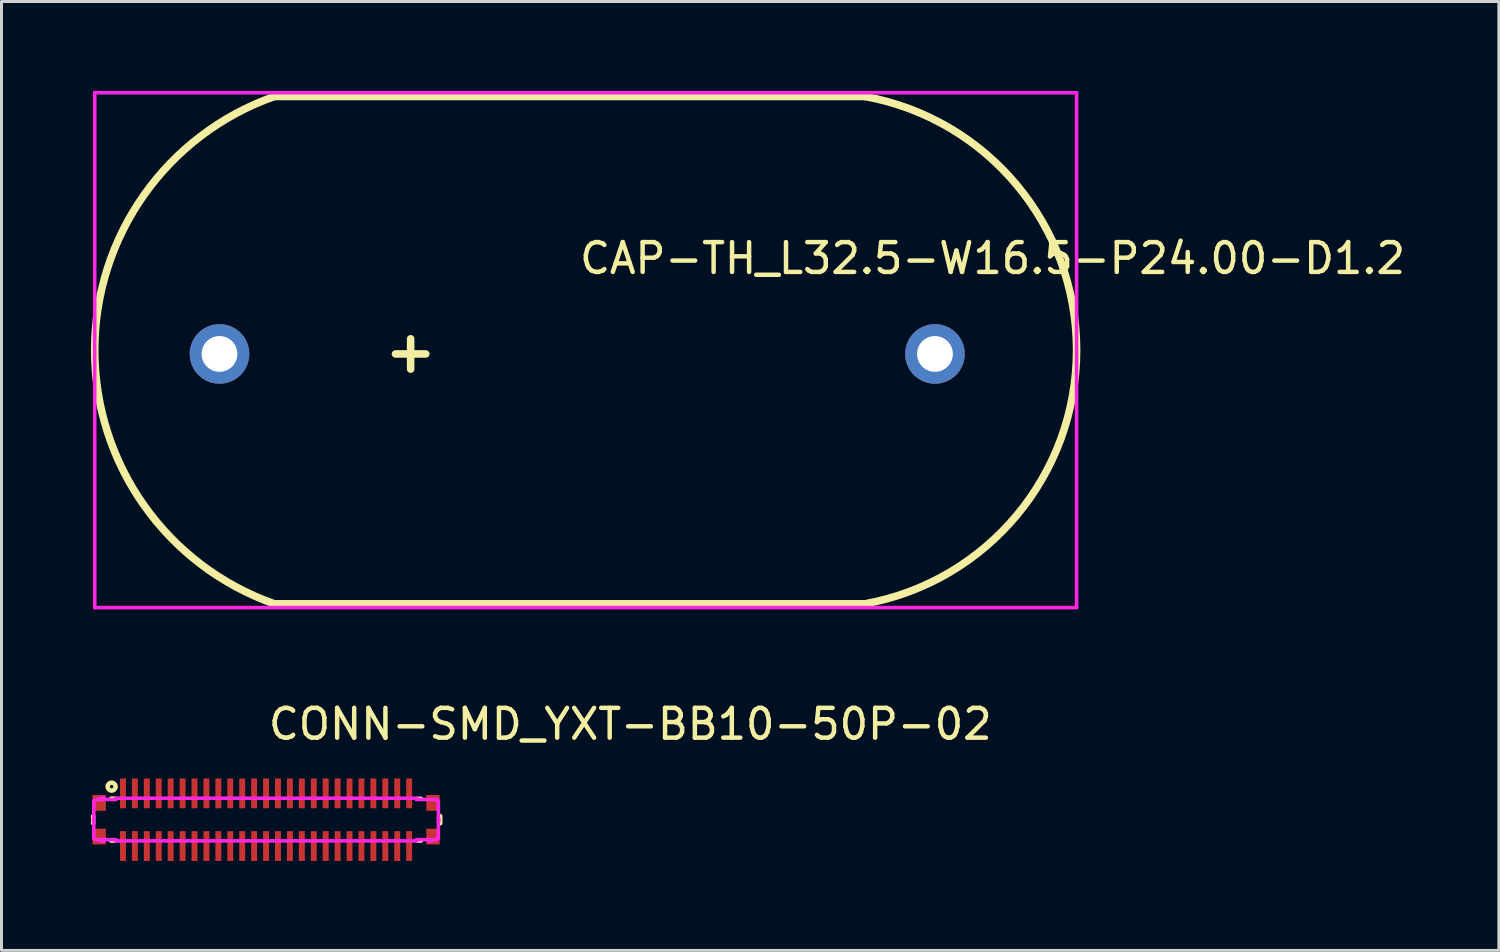
<source format=kicad_pcb>
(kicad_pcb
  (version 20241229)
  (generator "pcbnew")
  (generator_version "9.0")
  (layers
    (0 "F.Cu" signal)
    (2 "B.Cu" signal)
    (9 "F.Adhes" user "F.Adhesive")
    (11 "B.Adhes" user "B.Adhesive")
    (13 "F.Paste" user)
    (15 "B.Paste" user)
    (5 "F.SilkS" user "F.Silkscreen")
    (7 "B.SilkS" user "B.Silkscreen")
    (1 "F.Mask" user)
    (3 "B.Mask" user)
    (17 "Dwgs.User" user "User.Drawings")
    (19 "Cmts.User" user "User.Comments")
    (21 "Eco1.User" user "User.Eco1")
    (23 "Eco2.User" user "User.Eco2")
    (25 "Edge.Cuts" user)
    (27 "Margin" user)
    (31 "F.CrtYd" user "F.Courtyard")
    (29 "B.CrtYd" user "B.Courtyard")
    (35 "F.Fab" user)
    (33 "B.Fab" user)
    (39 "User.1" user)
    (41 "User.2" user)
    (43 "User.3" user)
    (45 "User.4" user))
  (footprint "CONN-SMD_YXT-BB10-50P-02"
    (layer "F.Cu")
    (at 5.875 24.447)
    (property "Reference" "CONN-SMD_YXT-BB10-50P-02" (at 0 -3.207 0) (layer "F.SilkS") (effects (font (size 1 1) (thickness 0.15)) (justify left)))
    (attr through_hole)
    (fp_line (start -5.8 -0.12) (end -5.8 0.122) (stroke (width 0.15) (type solid)) (layer "F.SilkS"))
    (fp_line (start -5.196 -0.7) (end -5.079 -0.7) (stroke (width 0.15) (type solid)) (layer "F.SilkS"))
    (fp_line (start -5.196 -0.7) (end -5.079 -0.7) (stroke (width 0.15) (type solid)) (layer "F.SilkS"))
    (fp_line (start -5.196 0.7) (end -5.079 0.7) (stroke (width 0.15) (type solid)) (layer "F.SilkS"))
    (fp_line (start 5.079 -0.7) (end 5.196 -0.7) (stroke (width 0.15) (type solid)) (layer "F.SilkS"))
    (fp_line (start 5.079 0.7) (end 5.196 0.7) (stroke (width 0.15) (type solid)) (layer "F.SilkS"))
    (fp_line (start 5.842 -0.122) (end 5.842 0.122) (stroke (width 0.15) (type solid)) (layer "F.SilkS"))
    (fp_circle (center -5.18 -1.11) (end -5.122 -1.11) (stroke (width 0.15) (type solid)) (fill no) (layer "F.SilkS"))
    (fp_circle (center -5.79 -1.035) (end -5.76 -1.035) (stroke (width 0.06) (type solid)) (fill no) (layer "Eco2.User"))
    (fp_poly (pts (xy -5.545 -0.715) (xy -5.445 -0.715) (xy -5.445 -0.495) (xy -5.545 -0.495)) (stroke (width 0.12) (type solid)) (fill no) (layer "Eco2.User"))
    (fp_poly (pts (xy -5.545 0.495) (xy -5.445 0.495) (xy -5.445 0.715) (xy -5.545 0.715)) (stroke (width 0.12) (type solid)) (fill no) (layer "Eco2.User"))
    (fp_poly (pts (xy -4.875 -1.035) (xy -4.725 -1.035) (xy -4.725 -0.435) (xy -4.875 -0.435)) (stroke (width 0.12) (type solid)) (fill no) (layer "Eco2.User"))
    (fp_poly (pts (xy -4.875 0.435) (xy -4.725 0.435) (xy -4.725 1.035) (xy -4.875 1.035)) (stroke (width 0.12) (type solid)) (fill no) (layer "Eco2.User"))
    (fp_poly (pts (xy -4.475 -1.035) (xy -4.325 -1.035) (xy -4.325 -0.435) (xy -4.475 -0.435)) (stroke (width 0.12) (type solid)) (fill no) (layer "Eco2.User"))
    (fp_poly (pts (xy -4.475 0.435) (xy -4.325 0.435) (xy -4.325 1.035) (xy -4.475 1.035)) (stroke (width 0.12) (type solid)) (fill no) (layer "Eco2.User"))
    (fp_poly (pts (xy -4.075 -1.035) (xy -3.925 -1.035) (xy -3.925 -0.435) (xy -4.075 -0.435)) (stroke (width 0.12) (type solid)) (fill no) (layer "Eco2.User"))
    (fp_poly (pts (xy -4.075 0.435) (xy -3.925 0.435) (xy -3.925 1.035) (xy -4.075 1.035)) (stroke (width 0.12) (type solid)) (fill no) (layer "Eco2.User"))
    (fp_poly (pts (xy -3.675 -1.035) (xy -3.525 -1.035) (xy -3.525 -0.435) (xy -3.675 -0.435)) (stroke (width 0.12) (type solid)) (fill no) (layer "Eco2.User"))
    (fp_poly (pts (xy -3.675 0.435) (xy -3.525 0.435) (xy -3.525 1.035) (xy -3.675 1.035)) (stroke (width 0.12) (type solid)) (fill no) (layer "Eco2.User"))
    (fp_poly (pts (xy -3.275 -1.035) (xy -3.125 -1.035) (xy -3.125 -0.435) (xy -3.275 -0.435)) (stroke (width 0.12) (type solid)) (fill no) (layer "Eco2.User"))
    (fp_poly (pts (xy -3.275 0.435) (xy -3.125 0.435) (xy -3.125 1.035) (xy -3.275 1.035)) (stroke (width 0.12) (type solid)) (fill no) (layer "Eco2.User"))
    (fp_poly (pts (xy -2.875 -1.035) (xy -2.725 -1.035) (xy -2.725 -0.435) (xy -2.875 -0.435)) (stroke (width 0.12) (type solid)) (fill no) (layer "Eco2.User"))
    (fp_poly (pts (xy -2.875 0.435) (xy -2.725 0.435) (xy -2.725 1.035) (xy -2.875 1.035)) (stroke (width 0.12) (type solid)) (fill no) (layer "Eco2.User"))
    (fp_poly (pts (xy -2.475 -1.035) (xy -2.325 -1.035) (xy -2.325 -0.435) (xy -2.475 -0.435)) (stroke (width 0.12) (type solid)) (fill no) (layer "Eco2.User"))
    (fp_poly (pts (xy -2.475 0.435) (xy -2.325 0.435) (xy -2.325 1.035) (xy -2.475 1.035)) (stroke (width 0.12) (type solid)) (fill no) (layer "Eco2.User"))
    (fp_poly (pts (xy -2.075 -1.035) (xy -1.925 -1.035) (xy -1.925 -0.435) (xy -2.075 -0.435)) (stroke (width 0.12) (type solid)) (fill no) (layer "Eco2.User"))
    (fp_poly (pts (xy -2.075 0.435) (xy -1.925 0.435) (xy -1.925 1.035) (xy -2.075 1.035)) (stroke (width 0.12) (type solid)) (fill no) (layer "Eco2.User"))
    (fp_poly (pts (xy -1.675 -1.035) (xy -1.525 -1.035) (xy -1.525 -0.435) (xy -1.675 -0.435)) (stroke (width 0.12) (type solid)) (fill no) (layer "Eco2.User"))
    (fp_poly (pts (xy -1.675 0.435) (xy -1.525 0.435) (xy -1.525 1.035) (xy -1.675 1.035)) (stroke (width 0.12) (type solid)) (fill no) (layer "Eco2.User"))
    (fp_poly (pts (xy -1.275 -1.035) (xy -1.125 -1.035) (xy -1.125 -0.435) (xy -1.275 -0.435)) (stroke (width 0.12) (type solid)) (fill no) (layer "Eco2.User"))
    (fp_poly (pts (xy -1.275 0.435) (xy -1.125 0.435) (xy -1.125 1.035) (xy -1.275 1.035)) (stroke (width 0.12) (type solid)) (fill no) (layer "Eco2.User"))
    (fp_poly (pts (xy -0.875 -1.035) (xy -0.725 -1.035) (xy -0.725 -0.435) (xy -0.875 -0.435)) (stroke (width 0.12) (type solid)) (fill no) (layer "Eco2.User"))
    (fp_poly (pts (xy -0.875 0.435) (xy -0.725 0.435) (xy -0.725 1.035) (xy -0.875 1.035)) (stroke (width 0.12) (type solid)) (fill no) (layer "Eco2.User"))
    (fp_poly (pts (xy -0.475 -1.035) (xy -0.325 -1.035) (xy -0.325 -0.435) (xy -0.475 -0.435)) (stroke (width 0.12) (type solid)) (fill no) (layer "Eco2.User"))
    (fp_poly (pts (xy -0.475 0.435) (xy -0.325 0.435) (xy -0.325 1.035) (xy -0.475 1.035)) (stroke (width 0.12) (type solid)) (fill no) (layer "Eco2.User"))
    (fp_poly (pts (xy -0.075 0.435) (xy 0.075 0.435) (xy 0.075 1.035) (xy -0.075 1.035)) (stroke (width 0.12) (type solid)) (fill no) (layer "Eco2.User"))
    (fp_poly (pts (xy 0.075 -0.435) (xy -0.075 -0.435) (xy -0.075 -1.035) (xy 0.075 -1.035)) (stroke (width 0.12) (type solid)) (fill no) (layer "Eco2.User"))
    (fp_poly (pts (xy 0.325 0.435) (xy 0.475 0.435) (xy 0.475 1.035) (xy 0.325 1.035)) (stroke (width 0.12) (type solid)) (fill no) (layer "Eco2.User"))
    (fp_poly (pts (xy 0.475 -0.435) (xy 0.325 -0.435) (xy 0.325 -1.035) (xy 0.475 -1.035)) (stroke (width 0.12) (type solid)) (fill no) (layer "Eco2.User"))
    (fp_poly (pts (xy 0.725 0.435) (xy 0.875 0.435) (xy 0.875 1.035) (xy 0.725 1.035)) (stroke (width 0.12) (type solid)) (fill no) (layer "Eco2.User"))
    (fp_poly (pts (xy 0.875 -0.435) (xy 0.725 -0.435) (xy 0.725 -1.035) (xy 0.875 -1.035)) (stroke (width 0.12) (type solid)) (fill no) (layer "Eco2.User"))
    (fp_poly (pts (xy 1.125 0.435) (xy 1.275 0.435) (xy 1.275 1.035) (xy 1.125 1.035)) (stroke (width 0.12) (type solid)) (fill no) (layer "Eco2.User"))
    (fp_poly (pts (xy 1.275 -0.435) (xy 1.125 -0.435) (xy 1.125 -1.035) (xy 1.275 -1.035)) (stroke (width 0.12) (type solid)) (fill no) (layer "Eco2.User"))
    (fp_poly (pts (xy 1.525 0.435) (xy 1.675 0.435) (xy 1.675 1.035) (xy 1.525 1.035)) (stroke (width 0.12) (type solid)) (fill no) (layer "Eco2.User"))
    (fp_poly (pts (xy 1.675 -0.435) (xy 1.525 -0.435) (xy 1.525 -1.035) (xy 1.675 -1.035)) (stroke (width 0.12) (type solid)) (fill no) (layer "Eco2.User"))
    (fp_poly (pts (xy 1.925 0.435) (xy 2.075 0.435) (xy 2.075 1.035) (xy 1.925 1.035)) (stroke (width 0.12) (type solid)) (fill no) (layer "Eco2.User"))
    (fp_poly (pts (xy 2.075 -0.435) (xy 1.925 -0.435) (xy 1.925 -1.035) (xy 2.075 -1.035)) (stroke (width 0.12) (type solid)) (fill no) (layer "Eco2.User"))
    (fp_poly (pts (xy 2.325 0.435) (xy 2.475 0.435) (xy 2.475 1.035) (xy 2.325 1.035)) (stroke (width 0.12) (type solid)) (fill no) (layer "Eco2.User"))
    (fp_poly (pts (xy 2.475 -0.435) (xy 2.325 -0.435) (xy 2.325 -1.035) (xy 2.475 -1.035)) (stroke (width 0.12) (type solid)) (fill no) (layer "Eco2.User"))
    (fp_poly (pts (xy 2.725 0.435) (xy 2.875 0.435) (xy 2.875 1.035) (xy 2.725 1.035)) (stroke (width 0.12) (type solid)) (fill no) (layer "Eco2.User"))
    (fp_poly (pts (xy 2.875 -0.435) (xy 2.725 -0.435) (xy 2.725 -1.035) (xy 2.875 -1.035)) (stroke (width 0.12) (type solid)) (fill no) (layer "Eco2.User"))
    (fp_poly (pts (xy 3.125 0.435) (xy 3.275 0.435) (xy 3.275 1.035) (xy 3.125 1.035)) (stroke (width 0.12) (type solid)) (fill no) (layer "Eco2.User"))
    (fp_poly (pts (xy 3.275 -0.435) (xy 3.125 -0.435) (xy 3.125 -1.035) (xy 3.275 -1.035)) (stroke (width 0.12) (type solid)) (fill no) (layer "Eco2.User"))
    (fp_poly (pts (xy 3.525 0.435) (xy 3.675 0.435) (xy 3.675 1.035) (xy 3.525 1.035)) (stroke (width 0.12) (type solid)) (fill no) (layer "Eco2.User"))
    (fp_poly (pts (xy 3.675 -0.435) (xy 3.525 -0.435) (xy 3.525 -1.035) (xy 3.675 -1.035)) (stroke (width 0.12) (type solid)) (fill no) (layer "Eco2.User"))
    (fp_poly (pts (xy 3.925 0.435) (xy 4.075 0.435) (xy 4.075 1.035) (xy 3.925 1.035)) (stroke (width 0.12) (type solid)) (fill no) (layer "Eco2.User"))
    (fp_poly (pts (xy 4.075 -0.435) (xy 3.925 -0.435) (xy 3.925 -1.035) (xy 4.075 -1.035)) (stroke (width 0.12) (type solid)) (fill no) (layer "Eco2.User"))
    (fp_poly (pts (xy 4.325 0.435) (xy 4.475 0.435) (xy 4.475 1.035) (xy 4.325 1.035)) (stroke (width 0.12) (type solid)) (fill no) (layer "Eco2.User"))
    (fp_poly (pts (xy 4.475 -0.435) (xy 4.325 -0.435) (xy 4.325 -1.035) (xy 4.475 -1.035)) (stroke (width 0.12) (type solid)) (fill no) (layer "Eco2.User"))
    (fp_poly (pts (xy 4.725 0.435) (xy 4.875 0.435) (xy 4.875 1.035) (xy 4.725 1.035)) (stroke (width 0.12) (type solid)) (fill no) (layer "Eco2.User"))
    (fp_poly (pts (xy 4.875 -0.435) (xy 4.725 -0.435) (xy 4.725 -1.035) (xy 4.875 -1.035)) (stroke (width 0.12) (type solid)) (fill no) (layer "Eco2.User"))
    (fp_poly (pts (xy 5.445 -0.715) (xy 5.545 -0.715) (xy 5.545 -0.495) (xy 5.445 -0.495)) (stroke (width 0.12) (type solid)) (fill no) (layer "Eco2.User"))
    (fp_poly (pts (xy 5.445 0.495) (xy 5.545 0.495) (xy 5.545 0.715) (xy 5.445 0.715)) (stroke (width 0.12) (type solid)) (fill no) (layer "Eco2.User"))
    (fp_line (start -5.79 -0.03) (end -5.79 0.03) (stroke (width 0.12) (type solid)) (layer "F.CrtYd"))
    (fp_line (start -5.79 0.03) (end -5.78 0.06) (stroke (width 0.12) (type solid)) (layer "F.CrtYd"))
    (fp_line (start -5.78 -0.6) (end -5.78 -0.06) (stroke (width 0.12) (type solid)) (layer "F.CrtYd"))
    (fp_line (start -5.78 -0.06) (end -5.79 -0.03) (stroke (width 0.12) (type solid)) (layer "F.CrtYd"))
    (fp_line (start -5.78 0.06) (end -5.78 0.6) (stroke (width 0.12) (type solid)) (layer "F.CrtYd"))
    (fp_line (start -5.78 0.6) (end -5.77 0.62) (stroke (width 0.12) (type solid)) (layer "F.CrtYd"))
    (fp_line (start -5.77 -0.63) (end -5.78 -0.6) (stroke (width 0.12) (type solid)) (layer "F.CrtYd"))
    (fp_line (start -5.77 0.62) (end -5.75 0.65) (stroke (width 0.12) (type solid)) (layer "F.CrtYd"))
    (fp_line (start -5.75 -0.65) (end -5.77 -0.63) (stroke (width 0.12) (type solid)) (layer "F.CrtYd"))
    (fp_line (start -5.75 0.65) (end -5.71 0.67) (stroke (width 0.12) (type solid)) (layer "F.CrtYd"))
    (fp_line (start -5.71 -0.67) (end -5.75 -0.65) (stroke (width 0.12) (type solid)) (layer "F.CrtYd"))
    (fp_line (start -5.71 0.67) (end -5.54 0.67) (stroke (width 0.12) (type solid)) (layer "F.CrtYd"))
    (fp_line (start -5.68 -0.68) (end -5.71 -0.67) (stroke (width 0.12) (type solid)) (layer "F.CrtYd"))
    (fp_line (start -5.54 -0.72) (end -5.54 -0.68) (stroke (width 0.12) (type solid)) (layer "F.CrtYd"))
    (fp_line (start -5.54 -0.68) (end -5.68 -0.68) (stroke (width 0.12) (type solid)) (layer "F.CrtYd"))
    (fp_line (start -5.54 0.67) (end -5.54 0.71) (stroke (width 0.12) (type solid)) (layer "F.CrtYd"))
    (fp_line (start -5.54 0.71) (end -5.44 0.71) (stroke (width 0.12) (type solid)) (layer "F.CrtYd"))
    (fp_line (start -5.44 -0.72) (end -5.54 -0.72) (stroke (width 0.12) (type solid)) (layer "F.CrtYd"))
    (fp_line (start -5.44 -0.68) (end -5.44 -0.72) (stroke (width 0.12) (type solid)) (layer "F.CrtYd"))
    (fp_line (start -5.44 0.67) (end -5.04 0.67) (stroke (width 0.12) (type solid)) (layer "F.CrtYd"))
    (fp_line (start -5.44 0.71) (end -5.44 0.67) (stroke (width 0.12) (type solid)) (layer "F.CrtYd"))
    (fp_line (start -5.04 -0.72) (end -5.04 -0.68) (stroke (width 0.12) (type solid)) (layer "F.CrtYd"))
    (fp_line (start -5.04 -0.68) (end -5.44 -0.68) (stroke (width 0.12) (type solid)) (layer "F.CrtYd"))
    (fp_line (start -5.04 0.67) (end -5.04 0.71) (stroke (width 0.12) (type solid)) (layer "F.CrtYd"))
    (fp_line (start -5.04 0.71) (end -4.87 0.71) (stroke (width 0.12) (type solid)) (layer "F.CrtYd"))
    (fp_line (start -4.87 0.71) (end 5.04 0.71) (stroke (width 0.12) (type solid)) (layer "F.CrtYd"))
    (fp_line (start 5.04 -0.72) (end -5.04 -0.72) (stroke (width 0.12) (type solid)) (layer "F.CrtYd"))
    (fp_line (start 5.04 -0.68) (end 5.04 -0.72) (stroke (width 0.12) (type solid)) (layer "F.CrtYd"))
    (fp_line (start 5.04 0.67) (end 5.45 0.67) (stroke (width 0.12) (type solid)) (layer "F.CrtYd"))
    (fp_line (start 5.04 0.71) (end 5.04 0.67) (stroke (width 0.12) (type solid)) (layer "F.CrtYd"))
    (fp_line (start 5.45 0.67) (end 5.45 0.71) (stroke (width 0.12) (type solid)) (layer "F.CrtYd"))
    (fp_line (start 5.45 0.71) (end 5.55 0.71) (stroke (width 0.12) (type solid)) (layer "F.CrtYd"))
    (fp_line (start 5.55 0.67) (end 5.71 0.67) (stroke (width 0.12) (type solid)) (layer "F.CrtYd"))
    (fp_line (start 5.55 0.71) (end 5.55 0.67) (stroke (width 0.12) (type solid)) (layer "F.CrtYd"))
    (fp_line (start 5.68 -0.68) (end 5.04 -0.68) (stroke (width 0.12) (type solid)) (layer "F.CrtYd"))
    (fp_line (start 5.71 -0.67) (end 5.68 -0.68) (stroke (width 0.12) (type solid)) (layer "F.CrtYd"))
    (fp_line (start 5.71 0.67) (end 5.75 0.65) (stroke (width 0.12) (type solid)) (layer "F.CrtYd"))
    (fp_line (start 5.75 -0.65) (end 5.71 -0.67) (stroke (width 0.12) (type solid)) (layer "F.CrtYd"))
    (fp_line (start 5.75 0.65) (end 5.77 0.62) (stroke (width 0.12) (type solid)) (layer "F.CrtYd"))
    (fp_line (start 5.77 -0.63) (end 5.75 -0.65) (stroke (width 0.12) (type solid)) (layer "F.CrtYd"))
    (fp_line (start 5.77 0.62) (end 5.78 0.6) (stroke (width 0.12) (type solid)) (layer "F.CrtYd"))
    (fp_line (start 5.78 -0.6) (end 5.77 -0.63) (stroke (width 0.12) (type solid)) (layer "F.CrtYd"))
    (fp_line (start 5.78 -0.06) (end 5.78 -0.6) (stroke (width 0.12) (type solid)) (layer "F.CrtYd"))
    (fp_line (start 5.78 0.06) (end 5.79 0.03) (stroke (width 0.12) (type solid)) (layer "F.CrtYd"))
    (fp_line (start 5.78 0.6) (end 5.78 0.06) (stroke (width 0.12) (type solid)) (layer "F.CrtYd"))
    (fp_line (start 5.79 -0.03) (end 5.78 -0.06) (stroke (width 0.12) (type solid)) (layer "F.CrtYd"))
    (fp_line (start 5.79 0.03) (end 5.79 -0.03) (stroke (width 0.12) (type solid)) (layer "F.CrtYd"))
    (pad "1" smd rect (at -4.8 -0.884) (size 0.2 1) (layers "F.Cu" "F.Mask" "F.Paste"))
    (pad "2" smd rect (at -4.4 -0.884) (size 0.2 1) (layers "F.Cu" "F.Mask" "F.Paste"))
    (pad "3" smd rect (at -4 -0.884) (size 0.2 1) (layers "F.Cu" "F.Mask" "F.Paste"))
    (pad "4" smd rect (at -3.6 -0.884) (size 0.2 1) (layers "F.Cu" "F.Mask" "F.Paste"))
    (pad "5" smd rect (at -3.2 -0.884) (size 0.2 1) (layers "F.Cu" "F.Mask" "F.Paste"))
    (pad "6" smd rect (at -2.8 -0.884) (size 0.2 1) (layers "F.Cu" "F.Mask" "F.Paste"))
    (pad "7" smd rect (at -2.4 -0.884) (size 0.2 1) (layers "F.Cu" "F.Mask" "F.Paste"))
    (pad "8" smd rect (at -2 -0.884) (size 0.2 1) (layers "F.Cu" "F.Mask" "F.Paste"))
    (pad "9" smd rect (at -1.6 -0.884) (size 0.2 1) (layers "F.Cu" "F.Mask" "F.Paste"))
    (pad "10" smd rect (at -1.2 -0.884) (size 0.2 1) (layers "F.Cu" "F.Mask" "F.Paste"))
    (pad "11" smd rect (at -0.8 -0.884) (size 0.2 1) (layers "F.Cu" "F.Mask" "F.Paste"))
    (pad "12" smd rect (at -0.4 -0.884) (size 0.2 1) (layers "F.Cu" "F.Mask" "F.Paste"))
    (pad "13" smd rect (at 0 -0.884 180) (size 0.2 1) (layers "F.Cu" "F.Mask" "F.Paste"))
    (pad "14" smd rect (at 0.4 -0.884 180) (size 0.2 1) (layers "F.Cu" "F.Mask" "F.Paste"))
    (pad "15" smd rect (at 0.8 -0.884 180) (size 0.2 1) (layers "F.Cu" "F.Mask" "F.Paste"))
    (pad "16" smd rect (at 1.2 -0.884 180) (size 0.2 1) (layers "F.Cu" "F.Mask" "F.Paste"))
    (pad "17" smd rect (at 1.6 -0.884 180) (size 0.2 1) (layers "F.Cu" "F.Mask" "F.Paste"))
    (pad "18" smd rect (at 2 -0.884 180) (size 0.2 1) (layers "F.Cu" "F.Mask" "F.Paste"))
    (pad "19" smd rect (at 2.4 -0.884 180) (size 0.2 1) (layers "F.Cu" "F.Mask" "F.Paste"))
    (pad "20" smd rect (at 2.8 -0.884 180) (size 0.2 1) (layers "F.Cu" "F.Mask" "F.Paste"))
    (pad "21" smd rect (at 3.2 -0.884 180) (size 0.2 1) (layers "F.Cu" "F.Mask" "F.Paste"))
    (pad "22" smd rect (at 3.6 -0.884 180) (size 0.2 1) (layers "F.Cu" "F.Mask" "F.Paste"))
    (pad "23" smd rect (at 4 -0.884 180) (size 0.2 1) (layers "F.Cu" "F.Mask" "F.Paste"))
    (pad "24" smd rect (at 4.4 -0.884 180) (size 0.2 1) (layers "F.Cu" "F.Mask" "F.Paste"))
    (pad "25" smd rect (at 4.8 -0.884 180) (size 0.2 1) (layers "F.Cu" "F.Mask" "F.Paste"))
    (pad "26" smd rect (at 4.8 0.884) (size 0.2 1) (layers "F.Cu" "F.Mask" "F.Paste"))
    (pad "27" smd rect (at 4.4 0.884) (size 0.2 1) (layers "F.Cu" "F.Mask" "F.Paste"))
    (pad "28" smd rect (at 4 0.884) (size 0.2 1) (layers "F.Cu" "F.Mask" "F.Paste"))
    (pad "29" smd rect (at 3.6 0.884) (size 0.2 1) (layers "F.Cu" "F.Mask" "F.Paste"))
    (pad "30" smd rect (at 3.2 0.884) (size 0.2 1) (layers "F.Cu" "F.Mask" "F.Paste"))
    (pad "31" smd rect (at 2.8 0.884) (size 0.2 1) (layers "F.Cu" "F.Mask" "F.Paste"))
    (pad "32" smd rect (at 2.4 0.884) (size 0.2 1) (layers "F.Cu" "F.Mask" "F.Paste"))
    (pad "33" smd rect (at 2 0.884) (size 0.2 1) (layers "F.Cu" "F.Mask" "F.Paste"))
    (pad "34" smd rect (at 1.6 0.884) (size 0.2 1) (layers "F.Cu" "F.Mask" "F.Paste"))
    (pad "35" smd rect (at 1.2 0.884) (size 0.2 1) (layers "F.Cu" "F.Mask" "F.Paste"))
    (pad "36" smd rect (at 0.8 0.884) (size 0.2 1) (layers "F.Cu" "F.Mask" "F.Paste"))
    (pad "37" smd rect (at 0.4 0.884) (size 0.2 1) (layers "F.Cu" "F.Mask" "F.Paste"))
    (pad "38" smd rect (at 0 0.884) (size 0.2 1) (layers "F.Cu" "F.Mask" "F.Paste"))
    (pad "39" smd rect (at -0.4 0.884) (size 0.2 1) (layers "F.Cu" "F.Mask" "F.Paste"))
    (pad "40" smd rect (at -0.8 0.884) (size 0.2 1) (layers "F.Cu" "F.Mask" "F.Paste"))
    (pad "41" smd rect (at -1.2 0.884) (size 0.2 1) (layers "F.Cu" "F.Mask" "F.Paste"))
    (pad "42" smd rect (at -1.6 0.884) (size 0.2 1) (layers "F.Cu" "F.Mask" "F.Paste"))
    (pad "43" smd rect (at -2 0.884) (size 0.2 1) (layers "F.Cu" "F.Mask" "F.Paste"))
    (pad "44" smd rect (at -2.4 0.884) (size 0.2 1) (layers "F.Cu" "F.Mask" "F.Paste"))
    (pad "45" smd rect (at -2.8 0.884) (size 0.2 1) (layers "F.Cu" "F.Mask" "F.Paste"))
    (pad "46" smd rect (at -3.2 0.884) (size 0.2 1) (layers "F.Cu" "F.Mask" "F.Paste"))
    (pad "47" smd rect (at -3.6 0.884) (size 0.2 1) (layers "F.Cu" "F.Mask" "F.Paste"))
    (pad "48" smd rect (at -4 0.884) (size 0.2 1) (layers "F.Cu" "F.Mask" "F.Paste"))
    (pad "49" smd rect (at -4.4 0.884) (size 0.2 1) (layers "F.Cu" "F.Mask" "F.Paste"))
    (pad "50" smd rect (at -4.8 0.884) (size 0.2 1) (layers "F.Cu" "F.Mask" "F.Paste"))
    (pad "51" smd rect (at -5.6 -0.565) (size 0.45 0.53) (layers "F.Cu" "F.Mask" "F.Paste"))
    (pad "52" smd rect (at -5.6 0.565) (size 0.45 0.53) (layers "F.Cu" "F.Mask" "F.Paste"))
    (pad "53" smd rect (at 5.6 0.565) (size 0.45 0.53) (layers "F.Cu" "F.Mask" "F.Paste"))
    (pad "54" smd rect (at 5.6 -0.565) (size 0.45 0.53) (layers "F.Cu" "F.Mask" "F.Paste")))
  (footprint "CAP-TH_L32.5-W16.5-P24.00-D1.2"
    (layer "F.Cu")
    (at 16.313 8.823)
    (property "Reference" "CAP-TH_L32.5-W16.5-P24.00-D1.2" (at 0 -3.207 0) (layer "F.SilkS") (effects (font (size 1 1) (thickness 0.15)) (justify left)))
    (attr through_hole)
    (fp_line (start -10.16 8.382) (end 9.652 8.382) (stroke (width 0.254) (type solid)) (layer "F.SilkS"))
    (fp_line (start -6.096 0) (end -5.08 0) (stroke (width 0.254) (type solid)) (layer "F.SilkS"))
    (fp_line (start -5.588 -0.508) (end -5.588 0.508) (stroke (width 0.254) (type solid)) (layer "F.SilkS"))
    (fp_line (start 9.652 -8.636) (end -10.16 -8.636) (stroke (width 0.254) (type solid)) (layer "F.SilkS"))
    (fp_arc (start -10.15975 8.382088) (mid -16.185704 -0.126867) (end -10.16 -8.636) (stroke (width 0.254) (type solid)) (layer "F.SilkS"))
    (fp_arc (start 9.652912 -8.635834) (mid 16.751022 -0.126537) (end 9.652 8.382) (stroke (width 0.254) (type solid)) (layer "F.SilkS"))
    (fp_circle (center -16.186 8.509) (end -16.156 8.509) (stroke (width 0.06) (type solid)) (fill no) (layer "Eco2.User"))
    (fp_circle (center -12 0) (end -11.75 0) (stroke (width 0.5) (type solid)) (fill no) (layer "Eco2.User"))
    (fp_circle (center 12 0) (end 12.25 0) (stroke (width 0.5) (type solid)) (fill no) (layer "Eco2.User"))
    (fp_line (start -16.186 -8.763) (end 16.751 -8.763) (stroke (width 0.12) (type solid)) (layer "F.CrtYd"))
    (fp_line (start -16.186 8.509) (end -16.186 -8.763) (stroke (width 0.12) (type solid)) (layer "F.CrtYd"))
    (fp_line (start 16.751 -8.763) (end 16.751 8.509) (stroke (width 0.12) (type solid)) (layer "F.CrtYd"))
    (fp_line (start 16.751 8.509) (end -16.186 8.509) (stroke (width 0.12) (type solid)) (layer "F.CrtYd"))
    (pad "1" thru_hole circle (at -12 0) (size 2 2) (drill 1.2) (layers "*.Cu" "*.Mask"))
    (pad "2" thru_hole circle (at 12 0) (size 2 2) (drill 1.2) (layers "*.Cu" "*.Mask")))
  (gr_rect
    (start -3 -3)
    (end 47.229 28.831)
    (stroke (width 0.1) (type default))
    (fill no)
    (layer "Edge.Cuts")))
</source>
